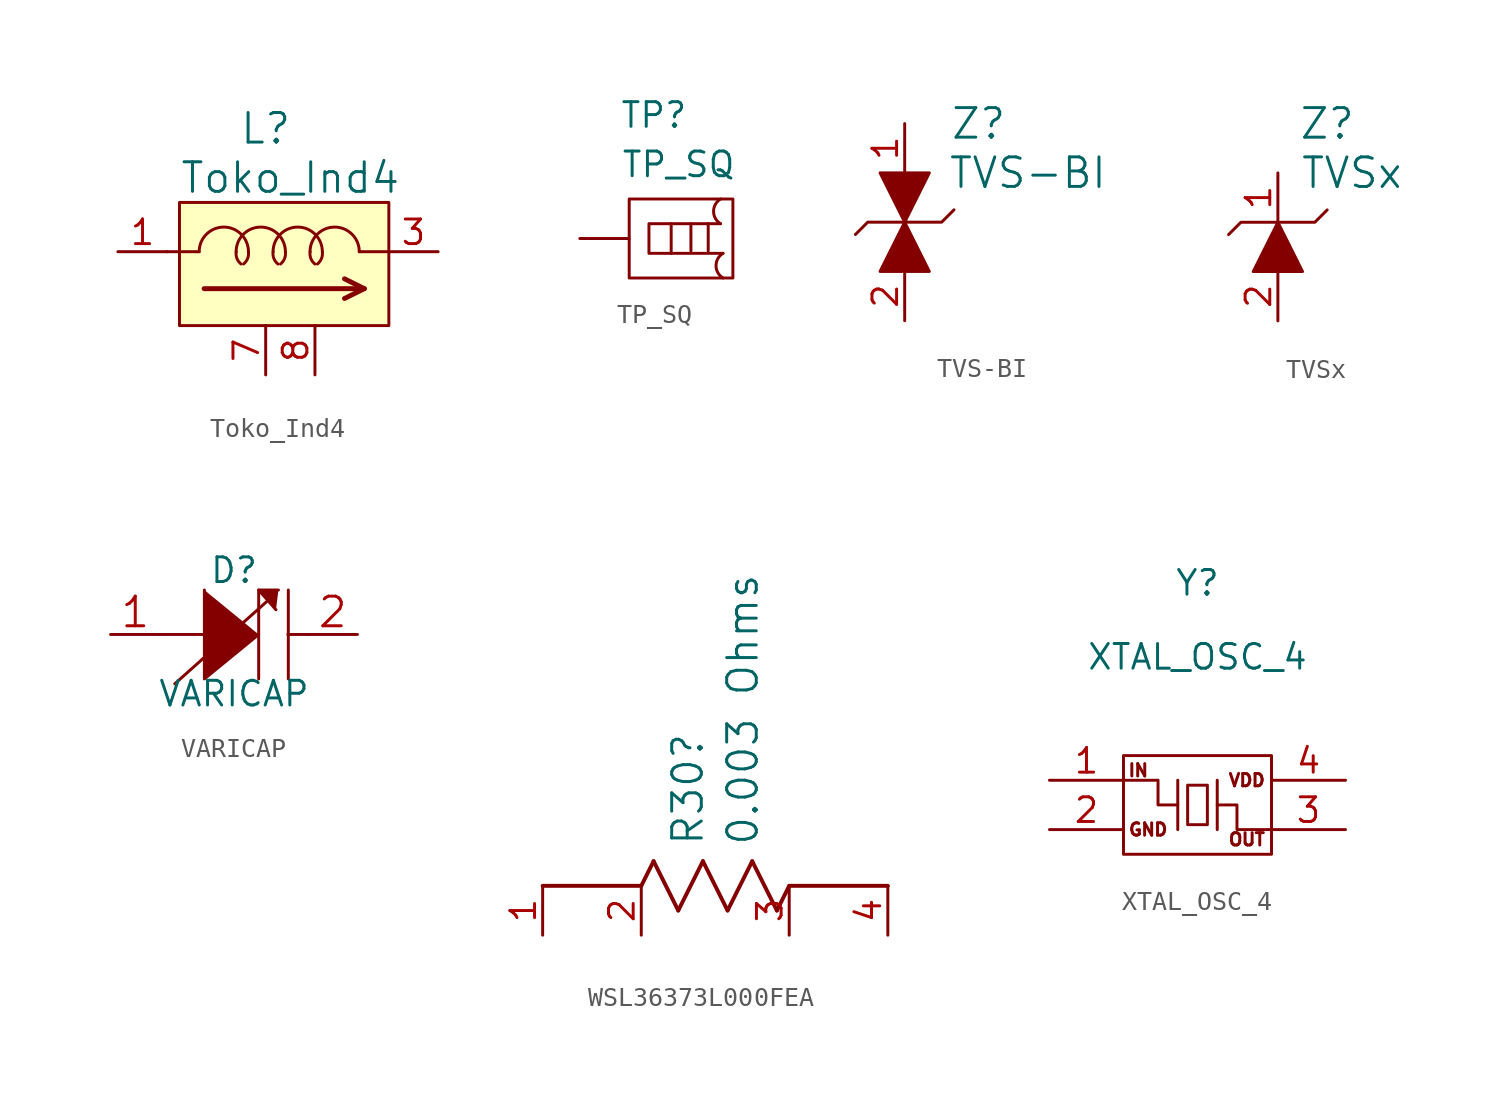
<source format=kicad_sym>
(kicad_symbol_lib
  (version 20231120)
  (generator "kicad_symbol_editor")
  (generator_version "8.0")
  (symbol "Toko_Ind4"
    (pin_names
      (offset 1.016) hide)
    (property "Reference" "L"
      (at -1.27 6.35 0)
      (effects (font (size 1.524 1.524))))
    (property "Value" "Toko_Ind4"
      (at 0 3.81 0)
      (effects (font (size 1.524 1.524))))
    (property "Footprint" ""
      (at -0.635 0.254 90)
      (effects (font (size 1.524 1.524))))
    (property "Datasheet" ""
      (at -0.635 0.254 90)
      (effects (font (size 1.524 1.524))))
    (symbol "Toko_Ind4_0_1"
      (arc (start -2.794 0) (mid -2.7532 -0.3516) (end -2.54 -0.635) (stroke (width 0) (type default)) (fill (type none)))
      (arc (start -2.413 -0.635) (mid -2.2022 -0.3501) (end -2.159 0) (stroke (width 0) (type default)) (fill (type none)))
      (arc (start -2.159 0) (mid -3.429 1.2645) (end -4.699 0) (stroke (width 0) (type default)) (fill (type none)))
      (arc (start -0.889 0) (mid -0.8482 -0.3516) (end -0.635 -0.635) (stroke (width 0) (type default)) (fill (type none)))
      (arc (start -0.508 -0.635) (mid -0.2972 -0.3501) (end -0.254 0) (stroke (width 0) (type default)) (fill (type none)))
      (arc (start -0.254 0) (mid -1.524 1.2645) (end -2.794 0) (stroke (width 0) (type default)) (fill (type none)))
      (polyline (pts (xy -4.699 0) (xy -6.35 0)) (stroke (width 0) (type default)) (fill (type none)))
      (polyline (pts (xy -4.445 -1.905) (xy 3.81 -1.905)) (stroke (width 0.254) (type default)) (fill (type none)))
      (polyline (pts (xy 3.556 0) (xy 5.08 0)) (stroke (width 0) (type default)) (fill (type none)))
      (polyline (pts (xy 3.81 -1.905) (xy 2.794 -2.413)) (stroke (width 0.254) (type default)) (fill (type none)))
      (polyline (pts (xy 3.81 -1.905) (xy 2.794 -1.397)) (stroke (width 0.254) (type default)) (fill (type none)))
      (polyline (pts (xy -5.715 -0.635) (xy -5.715 2.54) (xy 5.08 2.54) (xy 5.08 -3.81) (xy -5.715 -3.81) (xy -5.715 -0.635)) (stroke (width 0) (type default)) (fill (type background)))
      (arc (start 1.016 0) (mid 1.0568 -0.3516) (end 1.27 -0.635) (stroke (width 0) (type default)) (fill (type none)))
      (arc (start 1.397 -0.635) (mid 1.6078 -0.3501) (end 1.651 0) (stroke (width 0) (type default)) (fill (type none)))
      (arc (start 1.651 0) (mid 0.381 1.2645) (end -0.889 0) (stroke (width 0) (type default)) (fill (type none)))
      (arc (start 3.556 0) (mid 2.286 1.2645) (end 1.016 0) (stroke (width 0) (type default)) (fill (type none))))
    (symbol "Toko_Ind4_1_1"
      (pin input line (at -8.89 0 0) (length 2.54) (name "1" (effects (font (size 1.27 1.27)))) (number "1" (effects (font (size 1.27 1.27)))))
      (pin input line (at 7.62 0 180) (length 2.54) (name "3" (effects (font (size 1.27 1.27)))) (number "3" (effects (font (size 1.27 1.27)))))
      (pin input line (at -1.27 -6.35 90) (length 2.54) (name "GND" (effects (font (size 1.27 1.27)))) (number "7" (effects (font (size 1.27 1.27)))))
      (pin input line (at 1.27 -6.35 90) (length 2.54) (name "GND" (effects (font (size 1.27 1.27)))) (number "8" (effects (font (size 1.27 1.27)))))))
  (symbol "TP_SQ"
    (pin_numbers hide)
    (pin_names
      (offset 1.016) hide)
    (property "Reference" "TP"
      (at -1.27 6.35 0)
      (effects (font (size 1.27 1.27))))
    (property "Value" "TP_SQ"
      (at 0 3.81 0)
      (effects (font (size 1.27 1.27))))
    (symbol "TP_SQ_0_1"
      (rectangle (start -2.54 2.032) (end 2.794 -2.032) (stroke (width 0) (type default)) (fill (type none)))
      (polyline (pts (xy -0.381 0.762) (xy -0.381 -0.762)) (stroke (width 0) (type default)) (fill (type none)))
      (polyline (pts (xy 0.635 0.762) (xy 0.635 -0.635)) (stroke (width 0) (type default)) (fill (type none)))
      (polyline (pts (xy 1.524 0.762) (xy 1.524 -0.635)) (stroke (width 0) (type default)) (fill (type none)))
      (polyline (pts (xy 2.159 0.762) (xy -1.524 0.762) (xy -1.524 -0.762) (xy 2.286 -0.762)) (stroke (width 0) (type default)) (fill (type none))))
    (symbol "TP_SQ_1_1"
      (arc (start 2.159 2.032) (mid 1.7995 1.397) (end 2.159 0.762) (stroke (width 0) (type default)) (fill (type none)))
      (arc (start 2.286 -0.762) (mid 1.9265 -1.397) (end 2.286 -2.032) (stroke (width 0) (type default)) (fill (type none)))
      (pin input line (at -5.08 0 0) (length 2.54) (name "1" (effects (font (size 1.27 1.27)))) (number "1" (effects (font (size 1.27 1.27)))))))
  (symbol "TVS-BI"
    (pin_names
      (offset 1.016) hide)
    (property "Reference" "Z"
      (at 3.81 5.08 0)
      (effects (font (size 1.524 1.524))))
    (property "Value" "TVS-BI"
      (at 6.35 2.54 0)
      (effects (font (size 1.524 1.524))))
    (property "Footprint" ""
      (at 0 -2.54 0)
      (effects (font (size 1.524 1.524))))
    (property "Datasheet" ""
      (at 0 -2.54 0)
      (effects (font (size 1.524 1.524))))
    (symbol "TVS-BI_0_1"
      (polyline (pts (xy -2.54 -0.635) (xy -1.905 0) (xy 1.905 0) (xy 2.54 0.635)) (stroke (width 0) (type default)) (fill (type none)))
      (polyline (pts (xy 0 0) (xy -1.27 -2.54) (xy 1.27 -2.54) (xy 0 0)) (stroke (width 0) (type default)) (fill (type outline)))
      (polyline (pts (xy 0 0) (xy -1.27 2.54) (xy 1.27 2.54) (xy 0 0)) (stroke (width 0) (type default)) (fill (type outline))))
    (symbol "TVS-BI_1_1"
      (pin input line (at 0 5.08 270) (length 2.54) (name "K" (effects (font (size 1.27 1.27)))) (number "1" (effects (font (size 1.27 1.27)))))
      (pin input line (at 0 -5.08 90) (length 2.54) (name "A" (effects (font (size 1.27 1.27)))) (number "2" (effects (font (size 1.27 1.27)))))))
  (symbol "TVSx"
    (pin_names
      (offset 1.016) hide)
    (property "Reference" "Z"
      (at 2.54 6.35 0)
      (effects (font (size 1.524 1.524))))
    (property "Value" "TVSx"
      (at 3.81 3.81 0)
      (effects (font (size 1.524 1.524))))
    (property "Footprint" ""
      (at 0 -1.27 0)
      (effects (font (size 1.524 1.524))))
    (property "Datasheet" ""
      (at 0 -1.27 0)
      (effects (font (size 1.524 1.524))))
    (symbol "TVSx_0_1"
      (polyline (pts (xy -2.54 0.635) (xy -1.905 1.27) (xy 1.905 1.27) (xy 2.54 1.905)) (stroke (width 0) (type default)) (fill (type none)))
      (polyline (pts (xy 0 1.27) (xy -1.27 -1.27) (xy 1.27 -1.27) (xy 0 1.27)) (stroke (width 0) (type default)) (fill (type outline))))
    (symbol "TVSx_1_1"
      (pin input line (at 0 3.81 270) (length 2.54) (name "K" (effects (font (size 1.27 1.27)))) (number "1" (effects (font (size 1.27 1.27)))))
      (pin input line (at 0 -3.81 90) (length 2.54) (name "A" (effects (font (size 1.27 1.27)))) (number "2" (effects (font (size 1.27 1.27)))))))
  (symbol "VARICAP"
    (pin_names
      (offset 1.016) hide)
    (property "Reference" "D"
      (at 0 3.302 0)
      (effects (font (size 1.27 1.27))))
    (property "Value" "VARICAP"
      (at 0 -3.048 0)
      (effects (font (size 1.27 1.27))))
    (property "Footprint" ""
      (at 0 0 0)
      (effects (font (size 1.524 1.524))))
    (property "Datasheet" ""
      (at 0 0 0)
      (effects (font (size 1.524 1.524))))
    (symbol "VARICAP_0_1"
      (polyline (pts (xy -3.81 0) (xy -1.549 0)) (stroke (width 0) (type default)) (fill (type none)))
      (polyline (pts (xy -3.048 -2.54) (xy 1.778 1.778)) (stroke (width 0) (type default)) (fill (type none)))
      (polyline (pts (xy 1.27 -2.286) (xy 1.27 2.286)) (stroke (width 0) (type default)) (fill (type none)))
      (polyline (pts (xy 2.769 0) (xy 3.81 0)) (stroke (width 0) (type default)) (fill (type none)))
      (polyline (pts (xy 2.794 -2.286) (xy 2.794 2.286)) (stroke (width 0) (type default)) (fill (type none)))
      (polyline (pts (xy -1.524 2.286) (xy -1.524 -2.286) (xy 1.27 0)) (stroke (width 0) (type default)) (fill (type outline)))
      (polyline (pts (xy 2.286 2.286) (xy 1.27 2.286) (xy 2.159 1.27)) (stroke (width 0) (type default)) (fill (type outline))))
    (symbol "VARICAP_1_1"
      (pin passive line (at -6.35 0 0) (length 2.54) (name "ANODE" (effects (font (size 1.524 1.524)))) (number "1" (effects (font (size 1.524 1.524)))))
      (pin passive line (at 6.35 0 180) (length 2.54) (name "CATHODE" (effects (font (size 1.524 1.524)))) (number "2" (effects (font (size 1.524 1.524)))))))
  (symbol "WSL36373L000FEA"
    (pin_names
      (offset 0.254))
    (property "Reference" "R30"
      (at 4.934 4.547 90)
      (effects (font (size 1.524 1.524)) (justify left)))
    (property "Value" "0.003 Ohms"
      (at 7.766 4.547 90)
      (effects (font (size 1.524 1.524)) (justify left)))
    (symbol "WSL36373L000FEA_0_1"
      (polyline (pts (xy -2.54 2.54) (xy 2.54 2.54)) (stroke (width 0.203) (type default)) (fill (type none)))
      (polyline (pts (xy 2.54 2.54) (xy 3.175 3.81)) (stroke (width 0.203) (type default)) (fill (type none)))
      (polyline (pts (xy 3.175 3.81) (xy 4.445 1.27)) (stroke (width 0.203) (type default)) (fill (type none)))
      (polyline (pts (xy 4.445 1.27) (xy 5.715 3.81)) (stroke (width 0.203) (type default)) (fill (type none)))
      (polyline (pts (xy 5.715 3.81) (xy 6.985 1.27)) (stroke (width 0.203) (type default)) (fill (type none)))
      (polyline (pts (xy 6.985 1.27) (xy 8.255 3.81)) (stroke (width 0.203) (type default)) (fill (type none)))
      (polyline (pts (xy 8.255 3.81) (xy 9.525 1.27)) (stroke (width 0.203) (type default)) (fill (type none)))
      (polyline (pts (xy 9.525 1.27) (xy 10.16 2.54)) (stroke (width 0.203) (type default)) (fill (type none)))
      (polyline (pts (xy 15.24 2.54) (xy 10.16 2.54)) (stroke (width 0.203) (type default)) (fill (type none)))
      (pin unspecified line (at -2.54 0 90) (length 2.54) (name "" (effects (font (size 1.27 1.27)))) (number "1" (effects (font (size 1.27 1.27)))))
      (pin unspecified line (at 2.54 0 90) (length 2.54) (name "" (effects (font (size 1.27 1.27)))) (number "2" (effects (font (size 1.27 1.27)))))
      (pin unspecified line (at 10.16 0 90) (length 2.54) (name "" (effects (font (size 1.27 1.27)))) (number "3" (effects (font (size 1.27 1.27)))))
      (pin unspecified line (at 15.24 0 90) (length 2.54) (name "" (effects (font (size 1.27 1.27)))) (number "4" (effects (font (size 1.27 1.27)))))))
  (symbol "XTAL_OSC_4"
    (pin_names
      (offset 1.016) hide)
    (property "Reference" "Y"
      (at 0 11.43 0)
      (effects (font (size 1.27 1.27))))
    (property "Value" "XTAL_OSC_4"
      (at 0 7.62 0)
      (effects (font (size 1.27 1.27))))
    (symbol "XTAL_OSC_4_0_0"
      (text "GND" (at -2.54 -1.27 0) (effects (font (size 0.635 0.635))))
      (text "IN" (at -3.048 1.778 0) (effects (font (size 0.635 0.635))))
      (text "OUT" (at 2.54 -1.778 0) (effects (font (size 0.635 0.635))))
      (text "VDD" (at 2.54 1.27 0) (effects (font (size 0.635 0.635)))))
    (symbol "XTAL_OSC_4_0_1"
      (rectangle (start -3.81 2.54) (end 3.81 -2.54) (stroke (width 0) (type default)) (fill (type none)))
      (rectangle (start -1.016 1.27) (end -1.016 -1.27) (stroke (width 0) (type default)) (fill (type none)))
      (rectangle (start -0.508 1.016) (end 0.508 -1.016) (stroke (width 0) (type default)) (fill (type none)))
      (polyline (pts (xy -1.016 0) (xy -2.032 0) (xy -2.032 1.27) (xy -3.81 1.27)) (stroke (width 0) (type default)) (fill (type none)))
      (polyline (pts (xy 1.016 0) (xy 2.032 0) (xy 2.032 -1.27) (xy 3.81 -1.27)) (stroke (width 0) (type default)) (fill (type none)))
      (rectangle (start 1.016 1.27) (end 1.016 -1.27) (stroke (width 0) (type default)) (fill (type none))))
    (symbol "XTAL_OSC_4_1_1"
      (pin input line (at -7.62 1.27 0) (length 3.81) (name "IN" (effects (font (size 1.27 1.27)))) (number "1" (effects (font (size 1.27 1.27)))))
      (pin passive line (at -7.62 -1.27 0) (length 3.81) (name "GND" (effects (font (size 1.27 1.27)))) (number "2" (effects (font (size 1.27 1.27)))))
      (pin output line (at 7.62 -1.27 180) (length 3.81) (name "OUT" (effects (font (size 1.27 1.27)))) (number "3" (effects (font (size 1.27 1.27)))))
      (pin power_in line (at 7.62 1.27 180) (length 3.81) (name "VDD" (effects (font (size 1.27 1.27)))) (number "4" (effects (font (size 1.27 1.27))))))))
</source>
